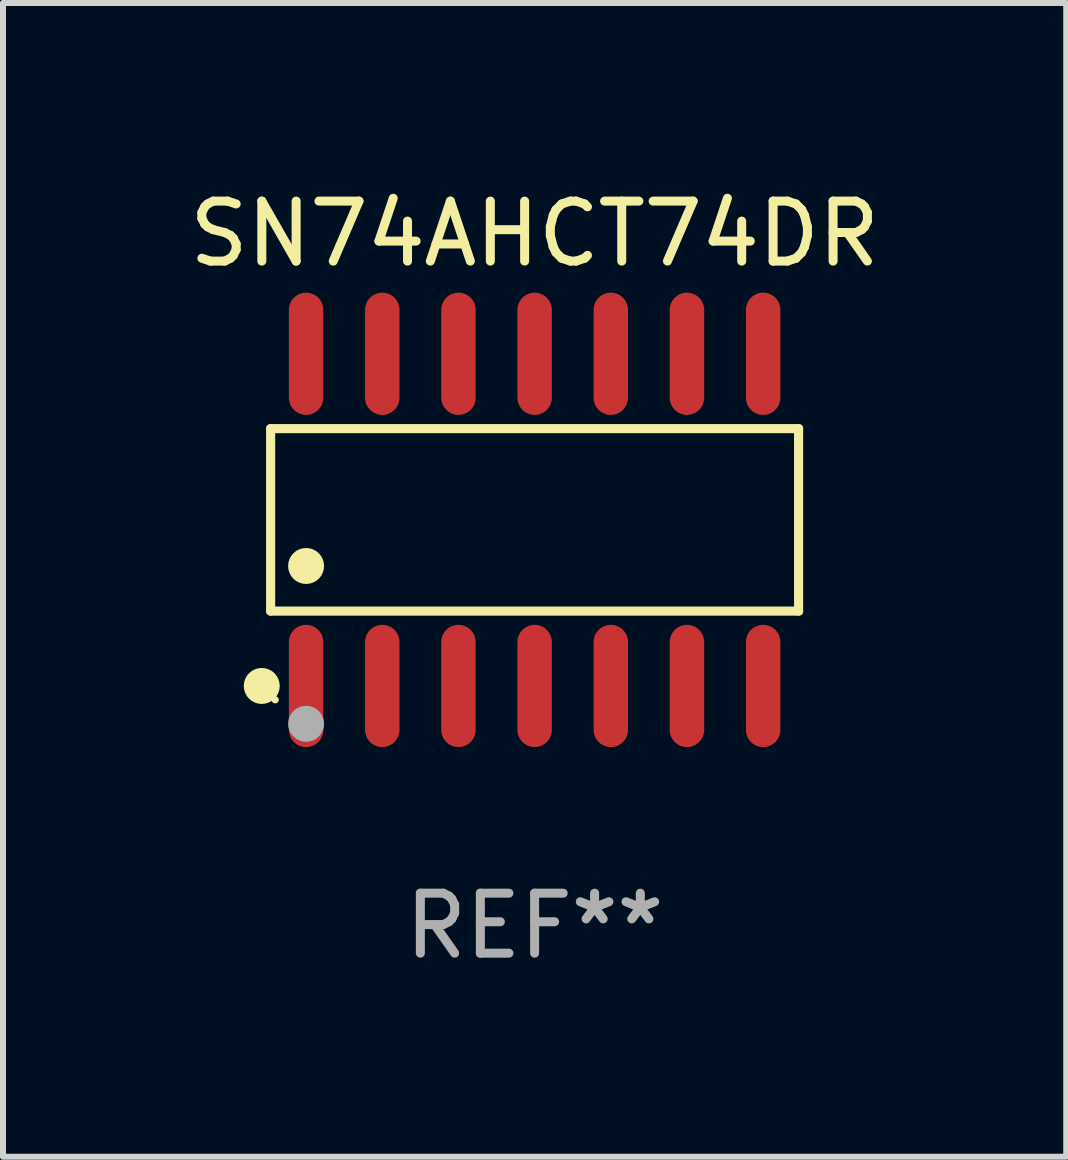
<source format=kicad_pcb>
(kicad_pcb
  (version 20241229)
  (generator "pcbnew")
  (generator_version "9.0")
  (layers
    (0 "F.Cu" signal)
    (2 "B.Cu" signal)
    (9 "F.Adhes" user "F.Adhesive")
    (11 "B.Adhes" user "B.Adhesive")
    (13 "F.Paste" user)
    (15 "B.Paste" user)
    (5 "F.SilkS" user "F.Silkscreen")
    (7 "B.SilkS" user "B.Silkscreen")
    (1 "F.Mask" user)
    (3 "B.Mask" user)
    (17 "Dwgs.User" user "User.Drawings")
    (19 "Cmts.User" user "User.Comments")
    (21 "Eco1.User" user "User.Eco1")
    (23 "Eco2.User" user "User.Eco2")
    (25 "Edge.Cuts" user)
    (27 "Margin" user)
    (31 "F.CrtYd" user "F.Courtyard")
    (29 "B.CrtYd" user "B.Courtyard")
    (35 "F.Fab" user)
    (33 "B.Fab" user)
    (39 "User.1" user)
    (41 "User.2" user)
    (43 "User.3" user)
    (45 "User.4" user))
  (footprint "SN74AHCT74DR"
    (layer "F.Cu")
    (at 5.863 5.617)
    (property "Reference" "SN74AHCT74DR" (at 0 -4.769 0) (layer "F.SilkS") (effects (font (size 1 1) (thickness 0.15))))
    (attr through_hole)
    (fp_line (start -4.401 -1.521) (end 4.401 -1.521) (stroke (width 0.152) (type solid)) (layer "F.SilkS"))
    (fp_line (start -4.401 1.521) (end -4.401 -1.521) (stroke (width 0.152) (type solid)) (layer "F.SilkS"))
    (fp_line (start 4.401 -1.521) (end 4.401 1.521) (stroke (width 0.152) (type solid)) (layer "F.SilkS"))
    (fp_line (start 4.401 1.521) (end -4.401 1.521) (stroke (width 0.152) (type solid)) (layer "F.SilkS"))
    (fp_circle (center -4.549 2.769) (end -4.399 2.769) (stroke (width 0.3) (type solid)) (fill no) (layer "F.SilkS"))
    (fp_circle (center -4.325 3) (end -4.295 3) (stroke (width 0.06) (type solid)) (fill no) (layer "F.SilkS"))
    (fp_circle (center -3.81 0.769) (end -3.66 0.769) (stroke (width 0.3) (type solid)) (fill no) (layer "F.SilkS"))
    (fp_circle (center -3.81 3.4) (end -3.66 3.4) (stroke (width 0.3) (type solid)) (fill no) (layer "F.Fab"))
    (fp_text user "REF**" (at 0 6.769 0) (layer "F.Fab") (effects (font (size 1 1) (thickness 0.15))))
    (pad "1" smd oval (at -3.81 2.769) (size 0.574 2.038) (layers "F.Cu" "F.Mask" "F.Paste"))
    (pad "2" smd oval (at -2.54 2.769) (size 0.574 2.038) (layers "F.Cu" "F.Mask" "F.Paste"))
    (pad "3" smd oval (at -1.27 2.769) (size 0.574 2.038) (layers "F.Cu" "F.Mask" "F.Paste"))
    (pad "4" smd oval (at 0 2.769) (size 0.574 2.038) (layers "F.Cu" "F.Mask" "F.Paste"))
    (pad "5" smd oval (at 1.27 2.769) (size 0.574 2.038) (layers "F.Cu" "F.Mask" "F.Paste"))
    (pad "6" smd oval (at 2.54 2.769) (size 0.574 2.038) (layers "F.Cu" "F.Mask" "F.Paste"))
    (pad "7" smd oval (at 3.81 2.769) (size 0.574 2.038) (layers "F.Cu" "F.Mask" "F.Paste"))
    (pad "8" smd oval (at 3.81 -2.769) (size 0.574 2.038) (layers "F.Cu" "F.Mask" "F.Paste"))
    (pad "9" smd oval (at 2.54 -2.769) (size 0.574 2.038) (layers "F.Cu" "F.Mask" "F.Paste"))
    (pad "10" smd oval (at 1.27 -2.769) (size 0.574 2.038) (layers "F.Cu" "F.Mask" "F.Paste"))
    (pad "11" smd oval (at 0 -2.769) (size 0.574 2.038) (layers "F.Cu" "F.Mask" "F.Paste"))
    (pad "12" smd oval (at -1.27 -2.769) (size 0.574 2.038) (layers "F.Cu" "F.Mask" "F.Paste"))
    (pad "13" smd oval (at -2.54 -2.769) (size 0.574 2.038) (layers "F.Cu" "F.Mask" "F.Paste"))
    (pad "14" smd oval (at -3.81 -2.769) (size 0.574 2.038) (layers "F.Cu" "F.Mask" "F.Paste")))
  (gr_rect
    (start -3 -3)
    (end 14.726 16.235)
    (stroke (width 0.1) (type default))
    (fill no)
    (layer "Edge.Cuts")))
</source>
